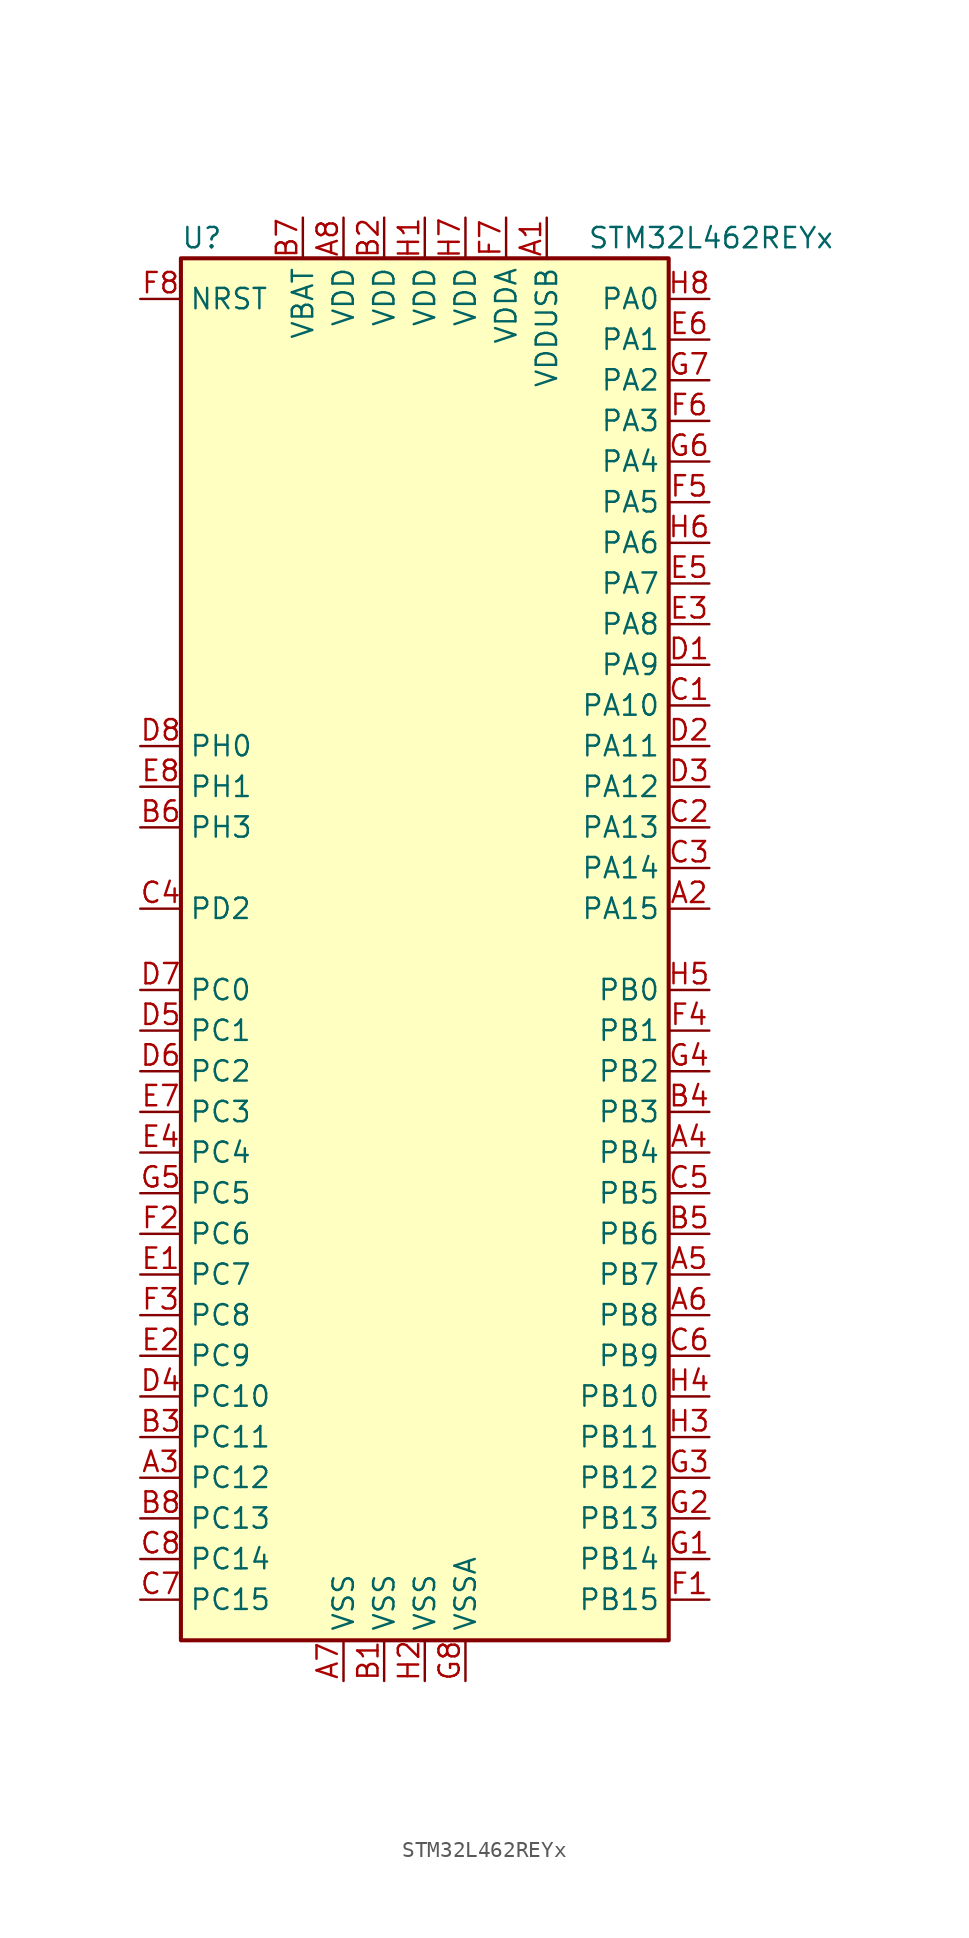
<source format=kicad_sym>
(kicad_symbol_lib
  (version 20220914)
  (generator kicad_symbol_editor)
  (symbol "STM32L462REYx"
    (property "Reference" "U"
      (at -15.24 44.45 0)
      (effects (font (size 1.27 1.27)) (justify left)))
    (property "Value" "STM32L462REYx"
      (at 10.16 44.45 0)
      (effects (font (size 1.27 1.27)) (justify left)))
    (symbol "STM32L462REYx_0_1"
      (rectangle (start -15.24 -43.18) (end 15.24 43.18) (stroke (width 0.254) (type default)) (fill (type background))))
    (symbol "STM32L462REYx_1_1"
      (pin power_in line (at 7.62 45.72 270) (length 2.54) (name "VDDUSB" (effects (font (size 1.27 1.27)))) (number "A1" (effects (font (size 1.27 1.27)))))
      (pin bidirectional line (at 17.78 2.54 180) (length 2.54) (name "PA15" (effects (font (size 1.27 1.27)))) (number "A2" (effects (font (size 1.27 1.27)))))
      (pin bidirectional line (at -17.78 -33.02 0) (length 2.54) (name "PC12" (effects (font (size 1.27 1.27)))) (number "A3" (effects (font (size 1.27 1.27)))))
      (pin bidirectional line (at 17.78 -12.7 180) (length 2.54) (name "PB4" (effects (font (size 1.27 1.27)))) (number "A4" (effects (font (size 1.27 1.27)))))
      (pin bidirectional line (at 17.78 -20.32 180) (length 2.54) (name "PB7" (effects (font (size 1.27 1.27)))) (number "A5" (effects (font (size 1.27 1.27)))))
      (pin bidirectional line (at 17.78 -22.86 180) (length 2.54) (name "PB8" (effects (font (size 1.27 1.27)))) (number "A6" (effects (font (size 1.27 1.27)))))
      (pin power_in line (at -5.08 -45.72 90) (length 2.54) (name "VSS" (effects (font (size 1.27 1.27)))) (number "A7" (effects (font (size 1.27 1.27)))))
      (pin power_in line (at -5.08 45.72 270) (length 2.54) (name "VDD" (effects (font (size 1.27 1.27)))) (number "A8" (effects (font (size 1.27 1.27)))))
      (pin power_in line (at -2.54 -45.72 90) (length 2.54) (name "VSS" (effects (font (size 1.27 1.27)))) (number "B1" (effects (font (size 1.27 1.27)))))
      (pin power_in line (at -2.54 45.72 270) (length 2.54) (name "VDD" (effects (font (size 1.27 1.27)))) (number "B2" (effects (font (size 1.27 1.27)))))
      (pin bidirectional line (at -17.78 -30.48 0) (length 2.54) (name "PC11" (effects (font (size 1.27 1.27)))) (number "B3" (effects (font (size 1.27 1.27)))))
      (pin bidirectional line (at 17.78 -10.16 180) (length 2.54) (name "PB3" (effects (font (size 1.27 1.27)))) (number "B4" (effects (font (size 1.27 1.27)))))
      (pin bidirectional line (at 17.78 -17.78 180) (length 2.54) (name "PB6" (effects (font (size 1.27 1.27)))) (number "B5" (effects (font (size 1.27 1.27)))))
      (pin bidirectional line (at -17.78 7.62 0) (length 2.54) (name "PH3" (effects (font (size 1.27 1.27)))) (number "B6" (effects (font (size 1.27 1.27)))))
      (pin power_in line (at -7.62 45.72 270) (length 2.54) (name "VBAT" (effects (font (size 1.27 1.27)))) (number "B7" (effects (font (size 1.27 1.27)))))
      (pin bidirectional line (at -17.78 -35.56 0) (length 2.54) (name "PC13" (effects (font (size 1.27 1.27)))) (number "B8" (effects (font (size 1.27 1.27)))))
      (pin bidirectional line (at 17.78 15.24 180) (length 2.54) (name "PA10" (effects (font (size 1.27 1.27)))) (number "C1" (effects (font (size 1.27 1.27)))))
      (pin bidirectional line (at 17.78 7.62 180) (length 2.54) (name "PA13" (effects (font (size 1.27 1.27)))) (number "C2" (effects (font (size 1.27 1.27)))))
      (pin bidirectional line (at 17.78 5.08 180) (length 2.54) (name "PA14" (effects (font (size 1.27 1.27)))) (number "C3" (effects (font (size 1.27 1.27)))))
      (pin bidirectional line (at -17.78 2.54 0) (length 2.54) (name "PD2" (effects (font (size 1.27 1.27)))) (number "C4" (effects (font (size 1.27 1.27)))))
      (pin bidirectional line (at 17.78 -15.24 180) (length 2.54) (name "PB5" (effects (font (size 1.27 1.27)))) (number "C5" (effects (font (size 1.27 1.27)))))
      (pin bidirectional line (at 17.78 -25.4 180) (length 2.54) (name "PB9" (effects (font (size 1.27 1.27)))) (number "C6" (effects (font (size 1.27 1.27)))))
      (pin bidirectional line (at -17.78 -40.64 0) (length 2.54) (name "PC15" (effects (font (size 1.27 1.27)))) (number "C7" (effects (font (size 1.27 1.27)))))
      (pin bidirectional line (at -17.78 -38.1 0) (length 2.54) (name "PC14" (effects (font (size 1.27 1.27)))) (number "C8" (effects (font (size 1.27 1.27)))))
      (pin bidirectional line (at 17.78 17.78 180) (length 2.54) (name "PA9" (effects (font (size 1.27 1.27)))) (number "D1" (effects (font (size 1.27 1.27)))))
      (pin bidirectional line (at 17.78 12.7 180) (length 2.54) (name "PA11" (effects (font (size 1.27 1.27)))) (number "D2" (effects (font (size 1.27 1.27)))))
      (pin bidirectional line (at 17.78 10.16 180) (length 2.54) (name "PA12" (effects (font (size 1.27 1.27)))) (number "D3" (effects (font (size 1.27 1.27)))))
      (pin bidirectional line (at -17.78 -27.94 0) (length 2.54) (name "PC10" (effects (font (size 1.27 1.27)))) (number "D4" (effects (font (size 1.27 1.27)))))
      (pin bidirectional line (at -17.78 -5.08 0) (length 2.54) (name "PC1" (effects (font (size 1.27 1.27)))) (number "D5" (effects (font (size 1.27 1.27)))))
      (pin bidirectional line (at -17.78 -7.62 0) (length 2.54) (name "PC2" (effects (font (size 1.27 1.27)))) (number "D6" (effects (font (size 1.27 1.27)))))
      (pin bidirectional line (at -17.78 -2.54 0) (length 2.54) (name "PC0" (effects (font (size 1.27 1.27)))) (number "D7" (effects (font (size 1.27 1.27)))))
      (pin input line (at -17.78 12.7 0) (length 2.54) (name "PH0" (effects (font (size 1.27 1.27)))) (number "D8" (effects (font (size 1.27 1.27)))))
      (pin bidirectional line (at -17.78 -20.32 0) (length 2.54) (name "PC7" (effects (font (size 1.27 1.27)))) (number "E1" (effects (font (size 1.27 1.27)))))
      (pin bidirectional line (at -17.78 -25.4 0) (length 2.54) (name "PC9" (effects (font (size 1.27 1.27)))) (number "E2" (effects (font (size 1.27 1.27)))))
      (pin bidirectional line (at 17.78 20.32 180) (length 2.54) (name "PA8" (effects (font (size 1.27 1.27)))) (number "E3" (effects (font (size 1.27 1.27)))))
      (pin bidirectional line (at -17.78 -12.7 0) (length 2.54) (name "PC4" (effects (font (size 1.27 1.27)))) (number "E4" (effects (font (size 1.27 1.27)))))
      (pin bidirectional line (at 17.78 22.86 180) (length 2.54) (name "PA7" (effects (font (size 1.27 1.27)))) (number "E5" (effects (font (size 1.27 1.27)))))
      (pin bidirectional line (at 17.78 38.1 180) (length 2.54) (name "PA1" (effects (font (size 1.27 1.27)))) (number "E6" (effects (font (size 1.27 1.27)))))
      (pin bidirectional line (at -17.78 -10.16 0) (length 2.54) (name "PC3" (effects (font (size 1.27 1.27)))) (number "E7" (effects (font (size 1.27 1.27)))))
      (pin input line (at -17.78 10.16 0) (length 2.54) (name "PH1" (effects (font (size 1.27 1.27)))) (number "E8" (effects (font (size 1.27 1.27)))))
      (pin bidirectional line (at 17.78 -40.64 180) (length 2.54) (name "PB15" (effects (font (size 1.27 1.27)))) (number "F1" (effects (font (size 1.27 1.27)))))
      (pin bidirectional line (at -17.78 -17.78 0) (length 2.54) (name "PC6" (effects (font (size 1.27 1.27)))) (number "F2" (effects (font (size 1.27 1.27)))))
      (pin bidirectional line (at -17.78 -22.86 0) (length 2.54) (name "PC8" (effects (font (size 1.27 1.27)))) (number "F3" (effects (font (size 1.27 1.27)))))
      (pin bidirectional line (at 17.78 -5.08 180) (length 2.54) (name "PB1" (effects (font (size 1.27 1.27)))) (number "F4" (effects (font (size 1.27 1.27)))))
      (pin bidirectional line (at 17.78 27.94 180) (length 2.54) (name "PA5" (effects (font (size 1.27 1.27)))) (number "F5" (effects (font (size 1.27 1.27)))))
      (pin bidirectional line (at 17.78 33.02 180) (length 2.54) (name "PA3" (effects (font (size 1.27 1.27)))) (number "F6" (effects (font (size 1.27 1.27)))))
      (pin power_in line (at 5.08 45.72 270) (length 2.54) (name "VDDA" (effects (font (size 1.27 1.27)))) (number "F7" (effects (font (size 1.27 1.27)))))
      (pin input line (at -17.78 40.64 0) (length 2.54) (name "NRST" (effects (font (size 1.27 1.27)))) (number "F8" (effects (font (size 1.27 1.27)))))
      (pin bidirectional line (at 17.78 -38.1 180) (length 2.54) (name "PB14" (effects (font (size 1.27 1.27)))) (number "G1" (effects (font (size 1.27 1.27)))))
      (pin bidirectional line (at 17.78 -35.56 180) (length 2.54) (name "PB13" (effects (font (size 1.27 1.27)))) (number "G2" (effects (font (size 1.27 1.27)))))
      (pin bidirectional line (at 17.78 -33.02 180) (length 2.54) (name "PB12" (effects (font (size 1.27 1.27)))) (number "G3" (effects (font (size 1.27 1.27)))))
      (pin bidirectional line (at 17.78 -7.62 180) (length 2.54) (name "PB2" (effects (font (size 1.27 1.27)))) (number "G4" (effects (font (size 1.27 1.27)))))
      (pin bidirectional line (at -17.78 -15.24 0) (length 2.54) (name "PC5" (effects (font (size 1.27 1.27)))) (number "G5" (effects (font (size 1.27 1.27)))))
      (pin bidirectional line (at 17.78 30.48 180) (length 2.54) (name "PA4" (effects (font (size 1.27 1.27)))) (number "G6" (effects (font (size 1.27 1.27)))))
      (pin bidirectional line (at 17.78 35.56 180) (length 2.54) (name "PA2" (effects (font (size 1.27 1.27)))) (number "G7" (effects (font (size 1.27 1.27)))))
      (pin power_in line (at 2.54 -45.72 90) (length 2.54) (name "VSSA" (effects (font (size 1.27 1.27)))) (number "G8" (effects (font (size 1.27 1.27)))))
      (pin power_in line (at 0 45.72 270) (length 2.54) (name "VDD" (effects (font (size 1.27 1.27)))) (number "H1" (effects (font (size 1.27 1.27)))))
      (pin power_in line (at 0 -45.72 90) (length 2.54) (name "VSS" (effects (font (size 1.27 1.27)))) (number "H2" (effects (font (size 1.27 1.27)))))
      (pin bidirectional line (at 17.78 -30.48 180) (length 2.54) (name "PB11" (effects (font (size 1.27 1.27)))) (number "H3" (effects (font (size 1.27 1.27)))))
      (pin bidirectional line (at 17.78 -27.94 180) (length 2.54) (name "PB10" (effects (font (size 1.27 1.27)))) (number "H4" (effects (font (size 1.27 1.27)))))
      (pin bidirectional line (at 17.78 -2.54 180) (length 2.54) (name "PB0" (effects (font (size 1.27 1.27)))) (number "H5" (effects (font (size 1.27 1.27)))))
      (pin bidirectional line (at 17.78 25.4 180) (length 2.54) (name "PA6" (effects (font (size 1.27 1.27)))) (number "H6" (effects (font (size 1.27 1.27)))))
      (pin power_in line (at 2.54 45.72 270) (length 2.54) (name "VDD" (effects (font (size 1.27 1.27)))) (number "H7" (effects (font (size 1.27 1.27)))))
      (pin bidirectional line (at 17.78 40.64 180) (length 2.54) (name "PA0" (effects (font (size 1.27 1.27)))) (number "H8" (effects (font (size 1.27 1.27))))))))
</source>
